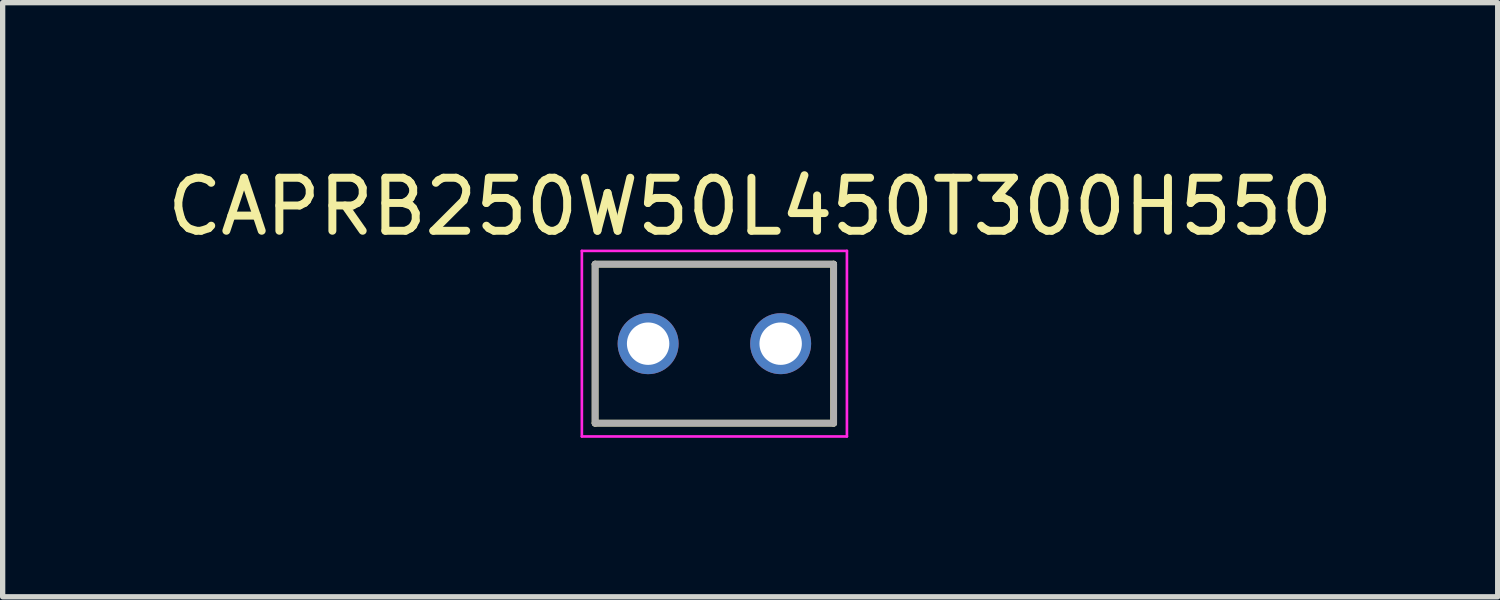
<source format=kicad_pcb>
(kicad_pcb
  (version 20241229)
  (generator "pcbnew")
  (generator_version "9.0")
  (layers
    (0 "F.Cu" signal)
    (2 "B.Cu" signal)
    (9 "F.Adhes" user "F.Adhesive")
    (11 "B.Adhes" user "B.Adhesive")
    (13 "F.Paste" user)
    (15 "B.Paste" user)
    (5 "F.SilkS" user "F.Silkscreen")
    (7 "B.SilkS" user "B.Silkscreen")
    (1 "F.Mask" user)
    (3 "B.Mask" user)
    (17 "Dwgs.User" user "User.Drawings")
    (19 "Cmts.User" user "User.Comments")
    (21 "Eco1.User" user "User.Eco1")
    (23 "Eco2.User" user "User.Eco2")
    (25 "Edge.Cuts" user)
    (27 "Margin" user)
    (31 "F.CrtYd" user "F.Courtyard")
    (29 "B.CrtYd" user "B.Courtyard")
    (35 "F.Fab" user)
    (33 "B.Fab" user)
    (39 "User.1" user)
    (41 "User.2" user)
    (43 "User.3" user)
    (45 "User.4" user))
  (footprint "CAPRB250W50L450T300H550"
    (layer "F.Cu")
    (at 10.426 3.433)
    (property "Reference" "CAPRB250W50L450T300H550" (at 0.675 -2.585 0) (layer "F.SilkS") (effects (font (size 1 1) (thickness 0.15))))
    (attr through_hole)
    (fp_line (start -2.25 -1.5) (end -2.25 1.5) (stroke (width 0.127) (type solid)) (layer "F.SilkS"))
    (fp_line (start -2.25 -1.5) (end 2.25 -1.5) (stroke (width 0.127) (type solid)) (layer "F.SilkS"))
    (fp_line (start -2.25 1.5) (end 2.25 1.5) (stroke (width 0.127) (type solid)) (layer "F.SilkS"))
    (fp_line (start 2.25 -1.5) (end 2.25 1.5) (stroke (width 0.127) (type solid)) (layer "F.SilkS"))
    (fp_line (start -2.5 -1.75) (end -2.5 1.75) (stroke (width 0.05) (type solid)) (layer "F.CrtYd"))
    (fp_line (start -2.5 -1.75) (end 2.5 -1.75) (stroke (width 0.05) (type solid)) (layer "F.CrtYd"))
    (fp_line (start 2.5 -1.75) (end 2.5 1.75) (stroke (width 0.05) (type solid)) (layer "F.CrtYd"))
    (fp_line (start 2.5 1.75) (end -2.5 1.75) (stroke (width 0.05) (type solid)) (layer "F.CrtYd"))
    (fp_line (start -2.25 -1.5) (end -2.25 1.5) (stroke (width 0.127) (type solid)) (layer "F.Fab"))
    (fp_line (start -2.25 -1.5) (end 2.25 -1.5) (stroke (width 0.127) (type solid)) (layer "F.Fab"))
    (fp_line (start 2.25 -1.5) (end 2.25 1.5) (stroke (width 0.127) (type solid)) (layer "F.Fab"))
    (fp_line (start 2.25 1.5) (end -2.25 1.5) (stroke (width 0.127) (type solid)) (layer "F.Fab"))
    (pad "1" thru_hole circle (at -1.25 0) (size 1.15 1.15) (drill 0.8) (layers "*.Cu" "*.Mask"))
    (pad "2" thru_hole circle (at 1.25 0) (size 1.15 1.15) (drill 0.8) (layers "*.Cu" "*.Mask")))
  (gr_rect
    (start -3 -3)
    (end 25.202 8.208)
    (stroke (width 0.1) (type default))
    (fill no)
    (layer "Edge.Cuts")))
</source>
